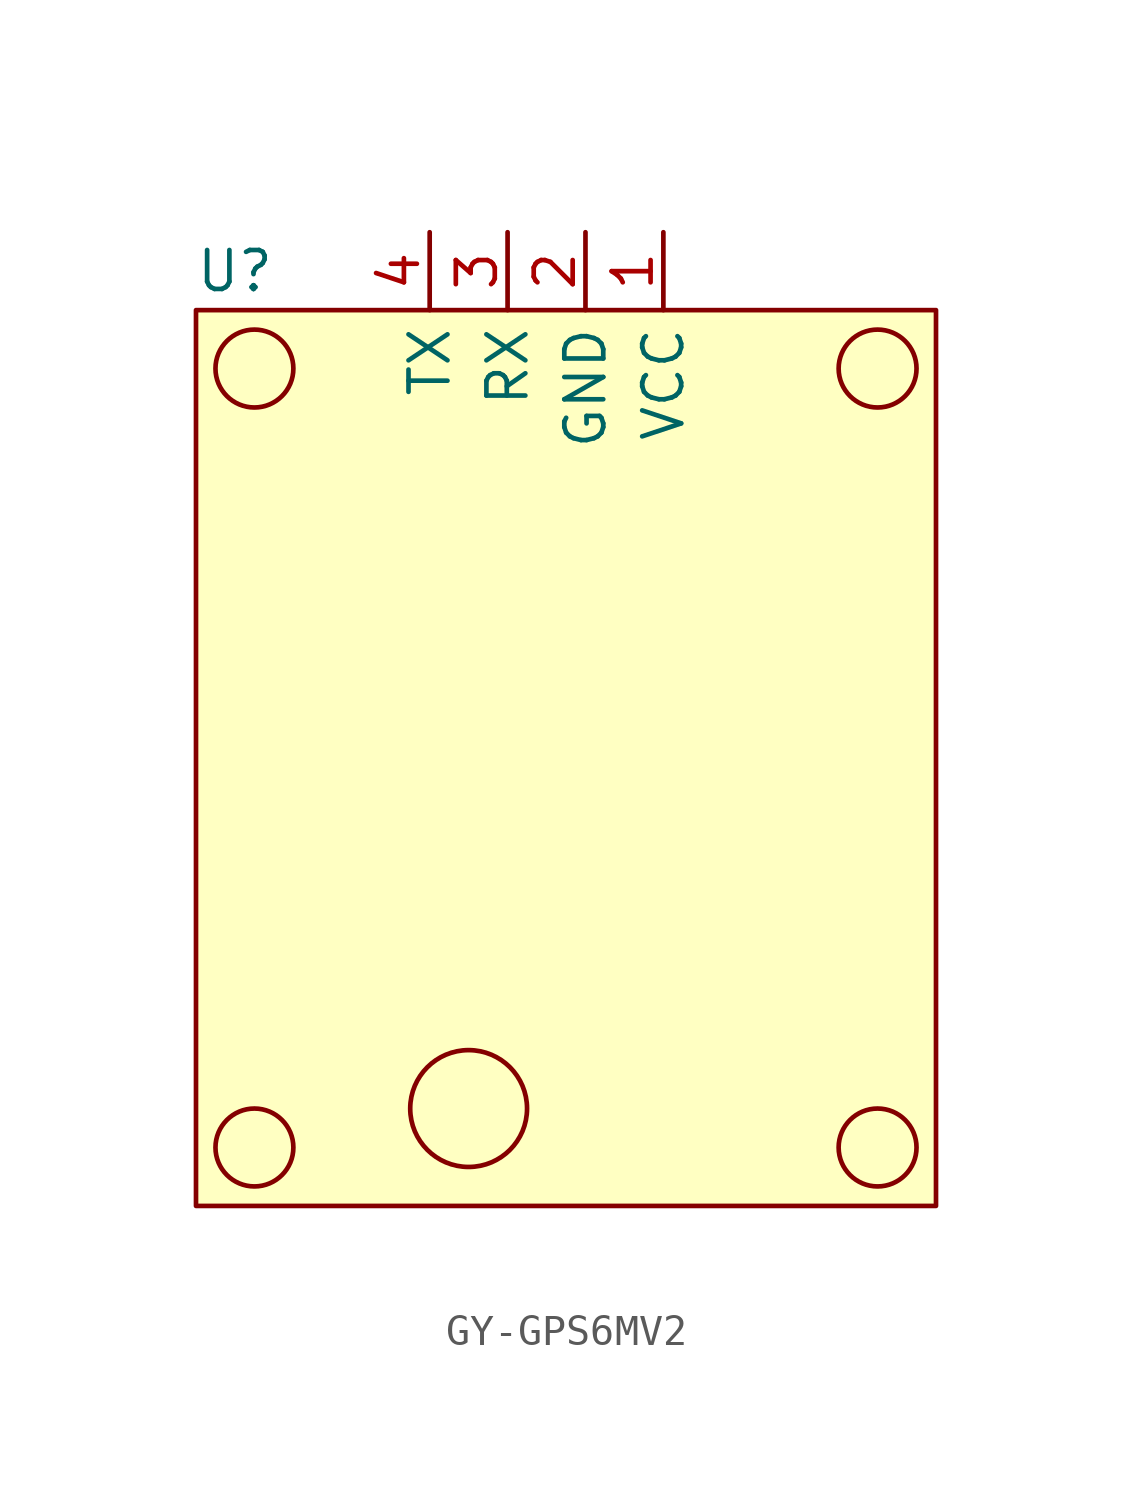
<source format=kicad_sym>
(kicad_symbol_lib
  (version 20220914)
  (generator kicad_symbol_editor)
  (symbol "GY-GPS6MV2"
    (property "Reference" "U"
      (at -10.16 7.62 0)
      (effects (font (size 1.27 1.27))))
    (property "Value" ""
      (at -10.16 7.62 0)
      (effects (font (size 1.27 1.27))))
    (symbol "GY-GPS6MV2_0_0"
      (pin input line (at 3.81 8.89 270) (length 2.54) (name "VCC" (effects (font (size 1.27 1.27)))) (number "1" (effects (font (size 1.27 1.27)))))
      (pin output line (at 1.27 8.89 270) (length 2.54) (name "GND" (effects (font (size 1.27 1.27)))) (number "2" (effects (font (size 1.27 1.27)))))
      (pin input line (at -1.27 8.89 270) (length 2.54) (name "RX" (effects (font (size 1.27 1.27)))) (number "3" (effects (font (size 1.27 1.27)))))
      (pin output line (at -3.81 8.89 270) (length 2.54) (name "TX" (effects (font (size 1.27 1.27)))) (number "4" (effects (font (size 1.27 1.27))))))
    (symbol "GY-GPS6MV2_0_1"
      (circle (center -9.525 -20.955) (radius 1.27) (stroke (width 0) (type default)) (fill (type none)))
      (circle (center -9.525 4.445) (radius 1.27) (stroke (width 0) (type default)) (fill (type none)))
      (circle (center -2.54 -19.685) (radius 1.905) (stroke (width 0) (type default)) (fill (type none)))
      (circle (center 10.795 -20.955) (radius 1.27) (stroke (width 0) (type default)) (fill (type none)))
      (circle (center 10.795 4.445) (radius 1.27) (stroke (width 0) (type default)) (fill (type none))))
    (symbol "GY-GPS6MV2_1_1"
      (rectangle (start -11.43 6.35) (end 12.7 -22.86) (stroke (width 0) (type default)) (fill (type background))))))
</source>
